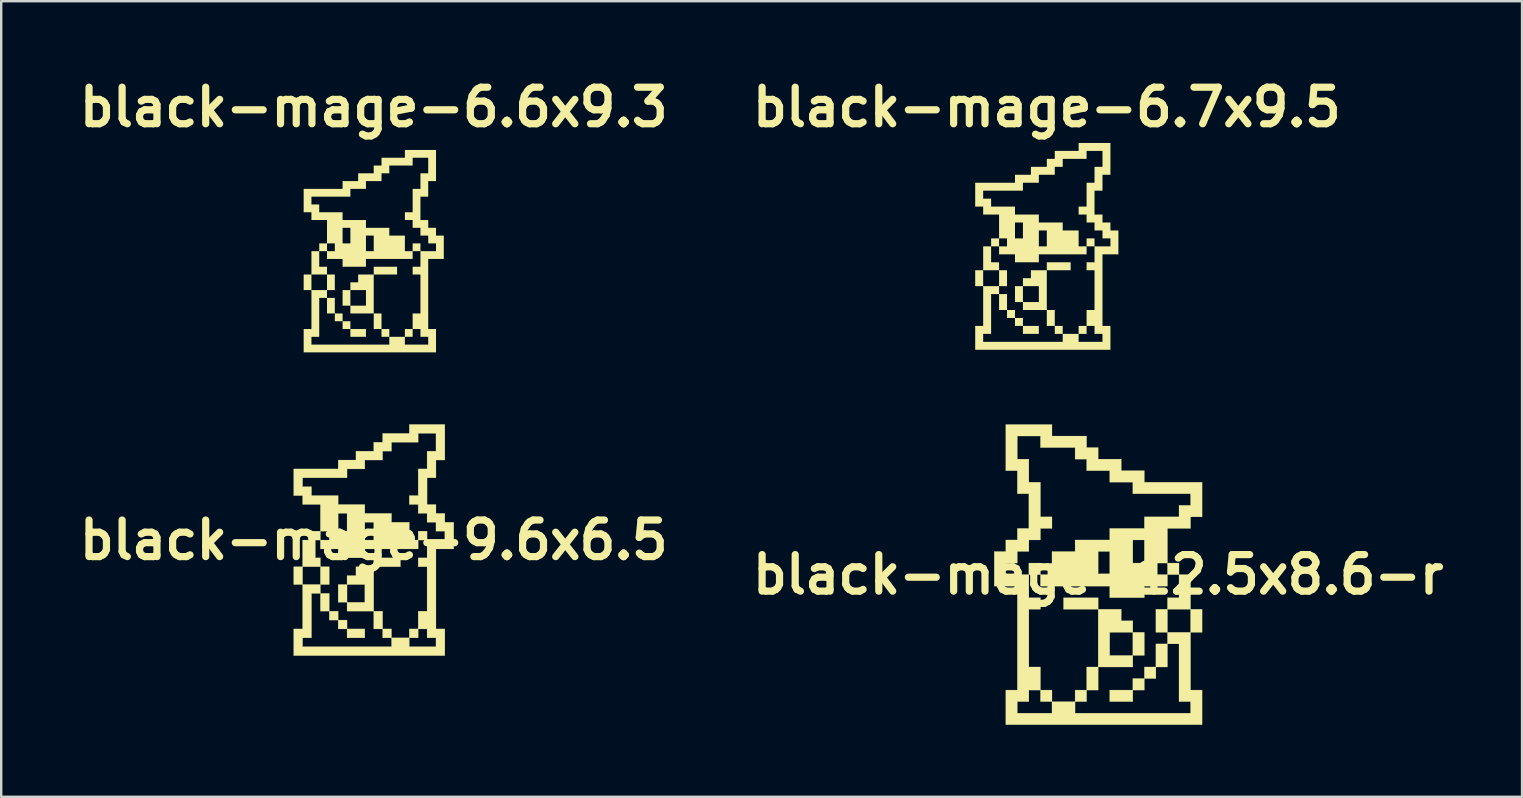
<source format=kicad_pcb>
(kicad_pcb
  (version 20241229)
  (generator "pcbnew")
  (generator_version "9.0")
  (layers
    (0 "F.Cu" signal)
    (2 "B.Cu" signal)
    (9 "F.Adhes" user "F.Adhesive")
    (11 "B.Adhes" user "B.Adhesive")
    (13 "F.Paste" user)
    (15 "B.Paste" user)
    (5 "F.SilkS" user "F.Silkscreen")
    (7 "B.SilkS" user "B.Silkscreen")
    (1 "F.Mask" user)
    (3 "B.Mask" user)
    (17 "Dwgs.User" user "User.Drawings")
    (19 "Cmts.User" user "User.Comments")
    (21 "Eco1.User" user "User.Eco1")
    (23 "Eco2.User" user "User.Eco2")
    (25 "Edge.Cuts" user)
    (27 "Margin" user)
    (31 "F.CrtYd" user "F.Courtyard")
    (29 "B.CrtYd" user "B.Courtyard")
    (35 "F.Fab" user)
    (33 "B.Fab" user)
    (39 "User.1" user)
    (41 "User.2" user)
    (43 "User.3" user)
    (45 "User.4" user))
  (footprint "black-mage-9.6x6.5"
    (layer "F.Cu")
    (at 12.526 19.458)
    (property "Reference" "black-mage-9.6x6.5" (at 0 0 0) (layer "F.SilkS") (effects (font (size 1.524 1.524) (thickness 0.3))))
    (fp_poly (pts (xy -2.223 2.964) (xy -2.223 2.223) (xy -1.853 2.223) (xy -1.853 2.964) (xy -2.223 2.964)) (stroke (width 0.01) (type solid)) (fill yes) (layer "F.SilkS"))
    (fp_poly (pts (xy -1.853 1.853) (xy -2.223 1.853) (xy -2.223 1.112) (xy -1.853 1.112) (xy -1.853 1.853)) (stroke (width 0.01) (type solid)) (fill yes) (layer "F.SilkS"))
    (fp_poly (pts (xy -1.853 3.335) (xy -1.853 2.964) (xy -1.482 2.964) (xy -1.482 3.335) (xy -1.853 3.335)) (stroke (width 0.01) (type solid)) (fill yes) (layer "F.SilkS"))
    (fp_poly (pts (xy -1.482 3.705) (xy -1.482 3.335) (xy -1.112 3.335) (xy -1.112 3.705) (xy -1.482 3.705)) (stroke (width 0.01) (type solid)) (fill yes) (layer "F.SilkS"))
    (fp_poly (pts (xy -0.371 3.705) (xy -0.371 4.076) (xy -1.112 4.076) (xy -1.112 3.705) (xy -0.371 3.705)) (stroke (width 0.01) (type solid)) (fill yes) (layer "F.SilkS"))
    (fp_poly (pts (xy 0 0.741) (xy 1.112 0.741) (xy 1.112 1.112) (xy 0 1.112) (xy 0 0.741)) (stroke (width 0.01) (type solid)) (fill yes) (layer "F.SilkS"))
    (fp_poly (pts (xy 0 3.705) (xy 0 2.964) (xy 0.371 2.964) (xy 0.371 3.705) (xy 0 3.705)) (stroke (width 0.01) (type solid)) (fill yes) (layer "F.SilkS"))
    (fp_poly (pts (xy 0.741 3.705) (xy 0.741 4.076) (xy 0.371 4.076) (xy 0.371 3.705) (xy 0.741 3.705)) (stroke (width 0.01) (type solid)) (fill yes) (layer "F.SilkS"))
    (fp_poly (pts (xy 1.853 4.076) (xy 1.482 4.076) (xy 1.482 3.705) (xy 1.853 3.705) (xy 1.853 4.076)) (stroke (width 0.01) (type solid)) (fill yes) (layer "F.SilkS"))
    (fp_poly (pts (xy 2.223 0) (xy 1.853 0) (xy 1.853 -0.371) (xy 2.223 -0.371) (xy 2.223 0)) (stroke (width 0.01) (type solid)) (fill yes) (layer "F.SilkS"))
    (fp_poly (pts (xy -1.112 2.964) (xy -1.112 2.594) (xy -1.482 2.594) (xy -1.482 1.853) (xy -1.112 1.853) (xy -1.112 2.594) (xy -0.371 2.594) (xy -0.371 1.853) (xy -1.112 1.853) (xy -1.112 1.482) (xy -0.741 1.482) (xy -0.741 1.112) (xy 0 1.112) (xy 0 2.964) (xy -1.112 2.964)) (stroke (width 0.01) (type solid)) (fill yes) (layer "F.SilkS"))
    (fp_poly (pts (xy 2.964 -3.335) (xy 2.594 -3.335) (xy 2.594 -2.594) (xy 2.223 -2.594) (xy 2.223 -1.482) (xy 2.594 -1.482) (xy 2.594 -1.112) (xy 2.964 -1.112) (xy 2.964 -0.741) (xy 3.335 -0.741) (xy 3.335 0.371) (xy 2.594 0.371) (xy 2.594 3.705) (xy 2.964 3.705) (xy 2.964 4.817) (xy -3.335 4.817) (xy -3.335 3.705) (xy -2.964 3.705) (xy -2.964 1.853) (xy -3.335 1.853) (xy -3.335 1.112) (xy -2.964 1.112) (xy -2.964 1.853) (xy -2.223 1.853) (xy -2.223 2.223) (xy -2.594 2.223) (xy -2.594 4.076) (xy -2.964 4.076) (xy -2.964 4.446) (xy 0.741 4.446) (xy 0.741 4.076) (xy 1.482 4.076) (xy 1.482 4.446) (xy 2.594 4.446) (xy 2.594 4.076) (xy 2.223 4.076) (xy 2.223 3.705) (xy 1.853 3.705) (xy 1.853 2.964) (xy 2.223 2.964) (xy 2.223 1.112) (xy 1.853 1.112) (xy 1.853 0.741) (xy 2.223 0.741) (xy 2.223 0) (xy 2.964 0) (xy 2.964 -0.371) (xy 2.594 -0.371) (xy 2.594 -0.741) (xy 2.223 -0.741) (xy 2.223 -1.112) (xy 1.853 -1.112) (xy 1.853 -1.482) (xy 1.482 -1.482) (xy 1.482 -1.853) (xy 1.853 -1.853) (xy 1.853 -2.964) (xy 2.223 -2.964) (xy 2.223 -3.705) (xy 2.594 -3.705) (xy 2.594 -4.446) (xy 1.853 -4.446) (xy 1.853 -4.076) (xy 0.741 -4.076) (xy 0.741 -3.705) (xy 0.371 -3.705) (xy 0.371 -3.335) (xy -0.371 -3.335) (xy -0.371 -2.964) (xy -1.112 -2.964) (xy -1.112 -2.594) (xy -2.964 -2.594) (xy -2.964 -2.223) (xy -2.594 -2.223) (xy -2.594 -1.853) (xy -1.482 -1.853) (xy -1.482 -1.482) (xy -0.371 -1.482) (xy -0.371 -1.112) (xy 0.741 -1.112) (xy 0.741 -0.741) (xy 1.482 -0.741) (xy 1.482 0) (xy 1.853 0) (xy 1.853 0.371) (xy -0.371 0.371) (xy -0.371 0.741) (xy -1.482 0.741) (xy -1.482 0.371) (xy -2.223 0.371) (xy -2.223 0) (xy -2.594 0) (xy -2.594 0.741) (xy -2.223 0.741) (xy -2.223 1.112) (xy -2.964 1.112) (xy -2.964 0) (xy -2.594 0) (xy -2.594 -0.371) (xy -2.223 -0.371) (xy -2.223 0) (xy -1.853 0) (xy -1.853 -0.371) (xy -2.223 -0.371) (xy -2.223 -1.112) (xy -1.482 -1.112) (xy -1.482 -0.371) (xy -1.112 -0.371) (xy -1.112 -0.741) (xy -0.371 -0.741) (xy -0.371 0) (xy 0 0) (xy 0 -0.741) (xy -0.371 -0.741) (xy -1.112 -0.741) (xy -1.112 -1.112) (xy -1.482 -1.112) (xy -2.223 -1.112) (xy -2.223 -1.482) (xy -2.964 -1.482) (xy -2.964 -1.853) (xy -3.335 -1.853) (xy -3.335 -2.964) (xy -1.482 -2.964) (xy -1.482 -3.335) (xy -0.741 -3.335) (xy -0.741 -3.705) (xy 0 -3.705) (xy 0 -4.076) (xy 0.371 -4.076) (xy 0.371 -4.446) (xy 1.482 -4.446) (xy 1.482 -4.817) (xy 2.964 -4.817) (xy 2.964 -3.335)) (stroke (width 0.01) (type solid)) (fill yes) (layer "F.SilkS")))
  (footprint "black-mage-6.6x9.3"
    (layer "F.Cu")
    (at 12.526 7.418)
    (property "Reference" "black-mage-6.6x9.3" (at 0 -6 0) (layer "F.SilkS") (effects (font (size 1.524 1.524) (thickness 0.3))))
    (attr board_only exclude_from_pos_files exclude_from_bom allow_missing_courtyard)
    (fp_poly (pts (xy -1.622 1.622) (xy -1.947 1.622) (xy -1.947 0.973) (xy -1.622 0.973)) (stroke (width 0) (type solid)) (fill yes) (layer "F.SilkS"))
    (fp_poly (pts (xy -1.622 2.596) (xy -1.947 2.596) (xy -1.947 1.947) (xy -1.622 1.947)) (stroke (width 0) (type solid)) (fill yes) (layer "F.SilkS"))
    (fp_poly (pts (xy -1.298 2.92) (xy -1.622 2.92) (xy -1.622 2.596) (xy -1.298 2.596)) (stroke (width 0) (type solid)) (fill yes) (layer "F.SilkS"))
    (fp_poly (pts (xy -0.973 3.245) (xy -1.298 3.245) (xy -1.298 2.92) (xy -0.973 2.92)) (stroke (width 0) (type solid)) (fill yes) (layer "F.SilkS"))
    (fp_poly (pts (xy -0.324 3.569) (xy -0.973 3.569) (xy -0.973 3.245) (xy -0.324 3.245)) (stroke (width 0) (type solid)) (fill yes) (layer "F.SilkS"))
    (fp_poly (pts (xy 0.324 3.245) (xy 0 3.245) (xy 0 2.596) (xy 0.324 2.596)) (stroke (width 0) (type solid)) (fill yes) (layer "F.SilkS"))
    (fp_poly (pts (xy 0.649 3.569) (xy 0.324 3.569) (xy 0.324 3.245) (xy 0.649 3.245)) (stroke (width 0) (type solid)) (fill yes) (layer "F.SilkS"))
    (fp_poly (pts (xy 0.973 0.973) (xy 0 0.973) (xy 0 0.649) (xy 0.973 0.649)) (stroke (width 0) (type solid)) (fill yes) (layer "F.SilkS"))
    (fp_poly (pts (xy 1.622 3.569) (xy 1.298 3.569) (xy 1.298 3.245) (xy 1.622 3.245)) (stroke (width 0) (type solid)) (fill yes) (layer "F.SilkS"))
    (fp_poly (pts (xy 1.947 0) (xy 1.622 0) (xy 1.622 -0.324) (xy 1.947 -0.324)) (stroke (width 0) (type solid)) (fill yes) (layer "F.SilkS"))
    (fp_poly (pts (xy 0 2.596) (xy -0.973 2.596) (xy -0.973 2.271) (xy -1.298 2.271) (xy -1.298 1.622) (xy -0.973 1.622) (xy -0.973 2.271) (xy -0.324 2.271) (xy -0.324 1.622) (xy -0.973 1.622) (xy -0.973 1.298) (xy -0.649 1.298) (xy -0.649 0.973) (xy 0 0.973)) (stroke (width 0) (type solid)) (fill yes) (layer "F.SilkS"))
    (fp_poly (pts (xy 2.596 -2.92) (xy 2.271 -2.92) (xy 2.271 -2.271) (xy 1.947 -2.271) (xy 1.947 -1.298) (xy 2.271 -1.298) (xy 2.271 -0.973) (xy 2.596 -0.973) (xy 2.596 -0.649) (xy 2.92 -0.649) (xy 2.92 0.324) (xy 2.271 0.324) (xy 2.271 3.245) (xy 2.596 3.245) (xy 2.596 4.218) (xy -2.92 4.218) (xy -2.92 3.245) (xy -2.596 3.245) (xy -2.596 1.622) (xy -2.92 1.622) (xy -2.92 0.973) (xy -2.596 0.973) (xy -2.596 0) (xy -2.271 0) (xy -2.271 -0.324) (xy -1.947 -0.324) (xy -1.947 0) (xy -1.622 0) (xy -1.622 -0.324) (xy -1.947 -0.324) (xy -1.947 -0.973) (xy -1.298 -0.973) (xy -1.298 -0.324) (xy -0.973 -0.324) (xy -0.973 -0.649) (xy -0.324 -0.649) (xy -0.324 0) (xy 0 0) (xy 0 -0.649) (xy -0.324 -0.649) (xy -0.973 -0.649) (xy -0.973 -0.973) (xy -1.298 -0.973) (xy -1.947 -0.973) (xy -1.947 -1.298) (xy -2.596 -1.298) (xy -2.596 -1.622) (xy -2.92 -1.622) (xy -2.92 -2.271) (xy -2.596 -2.271) (xy -2.596 -1.947) (xy -2.271 -1.947) (xy -2.271 -1.622) (xy -1.298 -1.622) (xy -1.298 -1.298) (xy -0.324 -1.298) (xy -0.324 -0.973) (xy 0.649 -0.973) (xy 0.649 -0.649) (xy 1.298 -0.649) (xy 1.298 0) (xy 1.622 0) (xy 1.622 0.324) (xy -0.324 0.324) (xy -0.324 0.649) (xy -1.298 0.649) (xy -1.298 0.324) (xy -1.947 0.324) (xy -1.947 0) (xy -2.271 0) (xy -2.271 0.649) (xy -1.947 0.649) (xy -1.947 0.973) (xy -2.596 0.973) (xy -2.596 1.622) (xy -1.947 1.622) (xy -1.947 1.947) (xy -2.271 1.947) (xy -2.271 3.569) (xy -2.596 3.569) (xy -2.596 3.894) (xy 0.649 3.894) (xy 0.649 3.569) (xy 1.298 3.569) (xy 1.298 3.894) (xy 2.271 3.894) (xy 2.271 3.569) (xy 1.947 3.569) (xy 1.947 3.245) (xy 1.622 3.245) (xy 1.622 2.596) (xy 1.947 2.596) (xy 1.947 0.973) (xy 1.622 0.973) (xy 1.622 0.649) (xy 1.947 0.649) (xy 1.947 0) (xy 2.596 0) (xy 2.596 -0.324) (xy 2.271 -0.324) (xy 2.271 -0.649) (xy 1.947 -0.649) (xy 1.947 -0.973) (xy 1.622 -0.973) (xy 1.622 -1.298) (xy 1.298 -1.298) (xy 1.298 -1.622) (xy 1.622 -1.622) (xy 1.622 -2.596) (xy 1.947 -2.596) (xy 1.947 -3.245) (xy 2.271 -3.245) (xy 2.271 -3.894) (xy 1.622 -3.894) (xy 1.622 -3.569) (xy 0.649 -3.569) (xy 0.649 -3.245) (xy 0.324 -3.245) (xy 0.324 -2.92) (xy -0.324 -2.92) (xy -0.324 -2.596) (xy -0.973 -2.596) (xy -0.973 -2.271) (xy -2.596 -2.271) (xy -2.92 -2.271) (xy -2.92 -2.596) (xy -1.298 -2.596) (xy -1.298 -2.92) (xy -0.649 -2.92) (xy -0.649 -3.245) (xy 0 -3.245) (xy 0 -3.569) (xy 0.324 -3.569) (xy 0.324 -3.894) (xy 1.298 -3.894) (xy 1.298 -4.218) (xy 2.596 -4.218)) (stroke (width 0) (type solid)) (fill yes) (layer "F.SilkS")))
  (footprint "black-mage-6.7x9.5"
    (layer "F.Cu")
    (at 40.578 7.218)
    (property "Reference" "black-mage-6.7x9.5" (at 0 -5.8 0) (layer "F.SilkS") (effects (font (size 1.524 1.524) (thickness 0.3))))
    (attr board_only exclude_from_pos_files exclude_from_bom)
    (fp_poly (pts (xy -1.658 1.658) (xy -1.989 1.658) (xy -1.989 0.995) (xy -1.658 0.995)) (stroke (width 0) (type solid)) (fill yes) (layer "F.SilkS"))
    (fp_poly (pts (xy -1.658 2.652) (xy -1.989 2.652) (xy -1.989 1.989) (xy -1.658 1.989)) (stroke (width 0) (type solid)) (fill yes) (layer "F.SilkS"))
    (fp_poly (pts (xy -1.326 2.984) (xy -1.658 2.984) (xy -1.658 2.652) (xy -1.326 2.652)) (stroke (width 0) (type solid)) (fill yes) (layer "F.SilkS"))
    (fp_poly (pts (xy -0.995 3.315) (xy -1.326 3.315) (xy -1.326 2.984) (xy -0.995 2.984)) (stroke (width 0) (type solid)) (fill yes) (layer "F.SilkS"))
    (fp_poly (pts (xy -0.332 3.647) (xy -0.995 3.647) (xy -0.995 3.315) (xy -0.332 3.315)) (stroke (width 0) (type solid)) (fill yes) (layer "F.SilkS"))
    (fp_poly (pts (xy 0.332 3.315) (xy 0 3.315) (xy 0 2.652) (xy 0.332 2.652)) (stroke (width 0) (type solid)) (fill yes) (layer "F.SilkS"))
    (fp_poly (pts (xy 0.663 3.647) (xy 0.332 3.647) (xy 0.332 3.315) (xy 0.663 3.315)) (stroke (width 0) (type solid)) (fill yes) (layer "F.SilkS"))
    (fp_poly (pts (xy 0.995 0.995) (xy 0 0.995) (xy 0 0.663) (xy 0.995 0.663)) (stroke (width 0) (type solid)) (fill yes) (layer "F.SilkS"))
    (fp_poly (pts (xy 1.658 3.647) (xy 1.326 3.647) (xy 1.326 3.315) (xy 1.658 3.315)) (stroke (width 0) (type solid)) (fill yes) (layer "F.SilkS"))
    (fp_poly (pts (xy 1.989 0) (xy 1.658 0) (xy 1.658 -0.332) (xy 1.989 -0.332)) (stroke (width 0) (type solid)) (fill yes) (layer "F.SilkS"))
    (fp_poly (pts (xy 0 2.652) (xy -0.995 2.652) (xy -0.995 2.321) (xy -1.326 2.321) (xy -1.326 1.658) (xy -0.995 1.658) (xy -0.995 2.321) (xy -0.332 2.321) (xy -0.332 1.658) (xy -0.995 1.658) (xy -0.995 1.326) (xy -0.663 1.326) (xy -0.663 0.995) (xy 0 0.995)) (stroke (width 0) (type solid)) (fill yes) (layer "F.SilkS"))
    (fp_poly (pts (xy 2.652 -2.984) (xy 2.321 -2.984) (xy 2.321 -2.321) (xy 1.989 -2.321) (xy 1.989 -1.326) (xy 2.321 -1.326) (xy 2.321 -0.995) (xy 2.652 -0.995) (xy 2.652 -0.663) (xy 2.984 -0.663) (xy 2.984 0.332) (xy 2.321 0.332) (xy 2.321 3.315) (xy 2.652 3.315) (xy 2.652 4.31) (xy -2.984 4.31) (xy -2.984 3.315) (xy -2.652 3.315) (xy -2.652 1.658) (xy -2.984 1.658) (xy -2.984 0.995) (xy -2.652 0.995) (xy -2.652 0) (xy -2.321 0) (xy -2.321 -0.332) (xy -1.989 -0.332) (xy -1.989 0) (xy -1.658 0) (xy -1.658 -0.332) (xy -1.989 -0.332) (xy -1.989 -0.995) (xy -1.326 -0.995) (xy -1.326 -0.332) (xy -0.995 -0.332) (xy -0.995 -0.663) (xy -0.332 -0.663) (xy -0.332 0) (xy 0 0) (xy 0 -0.663) (xy -0.332 -0.663) (xy -0.995 -0.663) (xy -0.995 -0.995) (xy -1.326 -0.995) (xy -1.989 -0.995) (xy -1.989 -1.326) (xy -2.652 -1.326) (xy -2.652 -1.658) (xy -2.984 -1.658) (xy -2.984 -2.321) (xy -2.652 -2.321) (xy -2.652 -1.989) (xy -2.321 -1.989) (xy -2.321 -1.658) (xy -1.326 -1.658) (xy -1.326 -1.326) (xy -0.332 -1.326) (xy -0.332 -0.995) (xy 0.663 -0.995) (xy 0.663 -0.663) (xy 1.326 -0.663) (xy 1.326 0) (xy 1.658 0) (xy 1.658 0.332) (xy -0.332 0.332) (xy -0.332 0.663) (xy -1.326 0.663) (xy -1.326 0.332) (xy -1.989 0.332) (xy -1.989 0) (xy -2.321 0) (xy -2.321 0.663) (xy -1.989 0.663) (xy -1.989 0.995) (xy -2.652 0.995) (xy -2.652 1.658) (xy -1.989 1.658) (xy -1.989 1.989) (xy -2.321 1.989) (xy -2.321 3.647) (xy -2.652 3.647) (xy -2.652 3.979) (xy 0.663 3.979) (xy 0.663 3.647) (xy 1.326 3.647) (xy 1.326 3.979) (xy 2.321 3.979) (xy 2.321 3.647) (xy 1.989 3.647) (xy 1.989 3.315) (xy 1.658 3.315) (xy 1.658 2.652) (xy 1.989 2.652) (xy 1.989 0.995) (xy 1.658 0.995) (xy 1.658 0.663) (xy 1.989 0.663) (xy 1.989 0) (xy 2.652 0) (xy 2.652 -0.332) (xy 2.321 -0.332) (xy 2.321 -0.663) (xy 1.989 -0.663) (xy 1.989 -0.995) (xy 1.658 -0.995) (xy 1.658 -1.326) (xy 1.326 -1.326) (xy 1.326 -1.658) (xy 1.658 -1.658) (xy 1.658 -2.652) (xy 1.989 -2.652) (xy 1.989 -3.315) (xy 2.321 -3.315) (xy 2.321 -3.979) (xy 1.658 -3.979) (xy 1.658 -3.647) (xy 0.663 -3.647) (xy 0.663 -3.315) (xy 0.332 -3.315) (xy 0.332 -2.984) (xy -0.332 -2.984) (xy -0.332 -2.652) (xy -0.995 -2.652) (xy -0.995 -2.321) (xy -2.652 -2.321) (xy -2.984 -2.321) (xy -2.984 -2.652) (xy -1.326 -2.652) (xy -1.326 -2.984) (xy -0.663 -2.984) (xy -0.663 -3.315) (xy 0 -3.315) (xy 0 -3.647) (xy 0.332 -3.647) (xy 0.332 -3.979) (xy 1.326 -3.979) (xy 1.326 -4.31) (xy 2.652 -4.31)) (stroke (width 0) (type solid)) (fill yes) (layer "F.SilkS")))
  (footprint "black-mage-12.5x8.6-r"
    (layer "F.Cu")
    (at 42.719 20.898)
    (property "Reference" "black-mage-12.5x8.6-r" (at 0 0 0) (layer "F.SilkS") (effects (font (size 1.524 1.524) (thickness 0.3))))
    (fp_poly (pts (xy -2.406 0) (xy -2.888 0) (xy -2.888 -0.481) (xy -2.406 -0.481) (xy -2.406 0)) (stroke (width 0.01) (type solid)) (fill yes) (layer "F.SilkS"))
    (fp_poly (pts (xy -1.925 5.294) (xy -2.406 5.294) (xy -2.406 4.813) (xy -1.925 4.813) (xy -1.925 5.294)) (stroke (width 0.01) (type solid)) (fill yes) (layer "F.SilkS"))
    (fp_poly (pts (xy -1.444 1.444) (xy -1.444 0.963) (xy 0 0.963) (xy 0 1.444) (xy -1.444 1.444)) (stroke (width 0.01) (type solid)) (fill yes) (layer "F.SilkS"))
    (fp_poly (pts (xy -0.481 3.85) (xy 0 3.85) (xy 0 4.813) (xy -0.481 4.813) (xy -0.481 3.85)) (stroke (width 0.01) (type solid)) (fill yes) (layer "F.SilkS"))
    (fp_poly (pts (xy -0.481 5.294) (xy -0.963 5.294) (xy -0.963 4.813) (xy -0.481 4.813) (xy -0.481 5.294)) (stroke (width 0.01) (type solid)) (fill yes) (layer "F.SilkS"))
    (fp_poly (pts (xy 1.444 2.406) (xy 1.925 2.406) (xy 1.925 3.369) (xy 1.444 3.369) (xy 1.444 2.406)) (stroke (width 0.01) (type solid)) (fill yes) (layer "F.SilkS"))
    (fp_poly (pts (xy 1.444 4.331) (xy 1.925 4.331) (xy 1.925 4.813) (xy 1.444 4.813) (xy 1.444 4.331)) (stroke (width 0.01) (type solid)) (fill yes) (layer "F.SilkS"))
    (fp_poly (pts (xy 1.444 5.294) (xy 0.481 5.294) (xy 0.481 4.813) (xy 1.444 4.813) (xy 1.444 5.294)) (stroke (width 0.01) (type solid)) (fill yes) (layer "F.SilkS"))
    (fp_poly (pts (xy 1.925 3.85) (xy 2.406 3.85) (xy 2.406 4.331) (xy 1.925 4.331) (xy 1.925 3.85)) (stroke (width 0.01) (type solid)) (fill yes) (layer "F.SilkS"))
    (fp_poly (pts (xy 2.406 2.888) (xy 2.888 2.888) (xy 2.888 3.85) (xy 2.406 3.85) (xy 2.406 2.888)) (stroke (width 0.01) (type solid)) (fill yes) (layer "F.SilkS"))
    (fp_poly (pts (xy 2.888 0) (xy 2.888 -0.481) (xy 3.369 -0.481) (xy 3.369 0) (xy 2.888 0)) (stroke (width 0.01) (type solid)) (fill yes) (layer "F.SilkS"))
    (fp_poly (pts (xy 2.888 2.406) (xy 2.406 2.406) (xy 2.406 1.444) (xy 2.888 1.444) (xy 2.888 2.406)) (stroke (width 0.01) (type solid)) (fill yes) (layer "F.SilkS"))
    (fp_poly (pts (xy 4.331 1.444) (xy 4.331 2.406) (xy 3.85 2.406) (xy 3.85 1.444) (xy 4.331 1.444)) (stroke (width 0.01) (type solid)) (fill yes) (layer "F.SilkS"))
    (fp_poly (pts (xy 3.85 0) (xy 3.85 1.444) (xy 2.888 1.444) (xy 2.888 0.963) (xy 3.369 0.963) (xy 3.369 0) (xy 3.85 0)) (stroke (width 0.01) (type solid)) (fill yes) (layer "F.SilkS"))
    (fp_poly (pts (xy 1.444 3.85) (xy 0 3.85) (xy 0 1.444) (xy 0.963 1.444) (xy 0.963 1.925) (xy 1.444 1.925) (xy 1.444 2.406) (xy 0.481 2.406) (xy 0.481 3.369) (xy 1.444 3.369) (xy 1.444 3.85)) (stroke (width 0.01) (type solid)) (fill yes) (layer "F.SilkS"))
    (fp_poly (pts (xy 3.85 4.813) (xy 4.331 4.813) (xy 4.331 6.256) (xy -3.85 6.256) (xy -3.85 4.813) (xy -3.369 4.813) (xy -3.369 0.481) (xy -4.331 0.481) (xy -4.331 -0.963) (xy -3.85 -0.963) (xy -3.85 -1.444) (xy -3.369 -1.444) (xy -3.369 -1.925) (xy -2.888 -1.925) (xy -2.888 -3.369) (xy -3.369 -3.369) (xy -3.369 -4.331) (xy -3.85 -4.331) (xy -3.85 -6.256) (xy -1.925 -6.256) (xy -1.925 -5.775) (xy -0.481 -5.775) (xy -0.481 -5.294) (xy 0 -5.294) (xy 0 -4.813) (xy 0.963 -4.813) (xy 0.963 -4.331) (xy 1.925 -4.331) (xy 1.925 -3.85) (xy 4.331 -3.85) (xy 4.331 -2.406) (xy 3.85 -2.406) (xy 3.85 -1.925) (xy 2.888 -1.925) (xy 2.888 -0.481) (xy 2.406 -0.481) (xy 2.406 0) (xy 2.888 0) (xy 2.888 0.481) (xy 1.925 0.481) (xy 1.925 0.963) (xy 0.481 0.963) (xy 0.481 0.481) (xy -2.406 0.481) (xy -2.406 0) (xy -1.925 0) (xy -1.925 -0.963) (xy -0.963 -0.963) (xy 0 -0.963) (xy 0 0) (xy 0.481 0) (xy 0.481 -0.963) (xy 0 -0.963) (xy -0.963 -0.963) (xy -0.963 -1.444) (xy 0.481 -1.444) (xy 1.444 -1.444) (xy 1.444 -0.481) (xy 1.925 -0.481) (xy 1.925 -1.444) (xy 1.444 -1.444) (xy 0.481 -1.444) (xy 0.481 -1.925) (xy 1.925 -1.925) (xy 1.925 -2.406) (xy 3.369 -2.406) (xy 3.369 -2.888) (xy 3.85 -2.888) (xy 3.85 -3.369) (xy 1.444 -3.369) (xy 1.444 -3.85) (xy 0.481 -3.85) (xy 0.481 -4.331) (xy -0.481 -4.331) (xy -0.481 -4.813) (xy -0.963 -4.813) (xy -0.963 -5.294) (xy -2.406 -5.294) (xy -2.406 -5.775) (xy -3.369 -5.775) (xy -3.369 -4.813) (xy -2.888 -4.813) (xy -2.888 -3.85) (xy -2.406 -3.85) (xy -2.406 -2.406) (xy -1.925 -2.406) (xy -1.925 -1.925) (xy -2.406 -1.925) (xy -2.406 -1.444) (xy -2.888 -1.444) (xy -2.888 -0.963) (xy -3.369 -0.963) (xy -3.369 -0.481) (xy -3.85 -0.481) (xy -3.85 0) (xy -2.888 0) (xy -2.888 0.963) (xy -2.406 0.963) (xy -2.406 1.444) (xy -2.888 1.444) (xy -2.888 3.85) (xy -2.406 3.85) (xy -2.406 4.813) (xy -2.888 4.813) (xy -2.888 5.294) (xy -3.369 5.294) (xy -3.369 5.775) (xy -1.925 5.775) (xy -1.925 5.294) (xy -0.963 5.294) (xy -0.963 5.775) (xy 3.85 5.775) (xy 3.85 5.294) (xy 3.369 5.294) (xy 3.369 2.888) (xy 2.888 2.888) (xy 2.888 2.406) (xy 3.85 2.406) (xy 3.85 4.813)) (stroke (width 0.01) (type solid)) (fill yes) (layer "F.SilkS")))
  (gr_rect
    (start -3 -3)
    (end 60.385 30.159)
    (stroke (width 0.1) (type default))
    (fill no)
    (layer "Edge.Cuts")))
</source>
